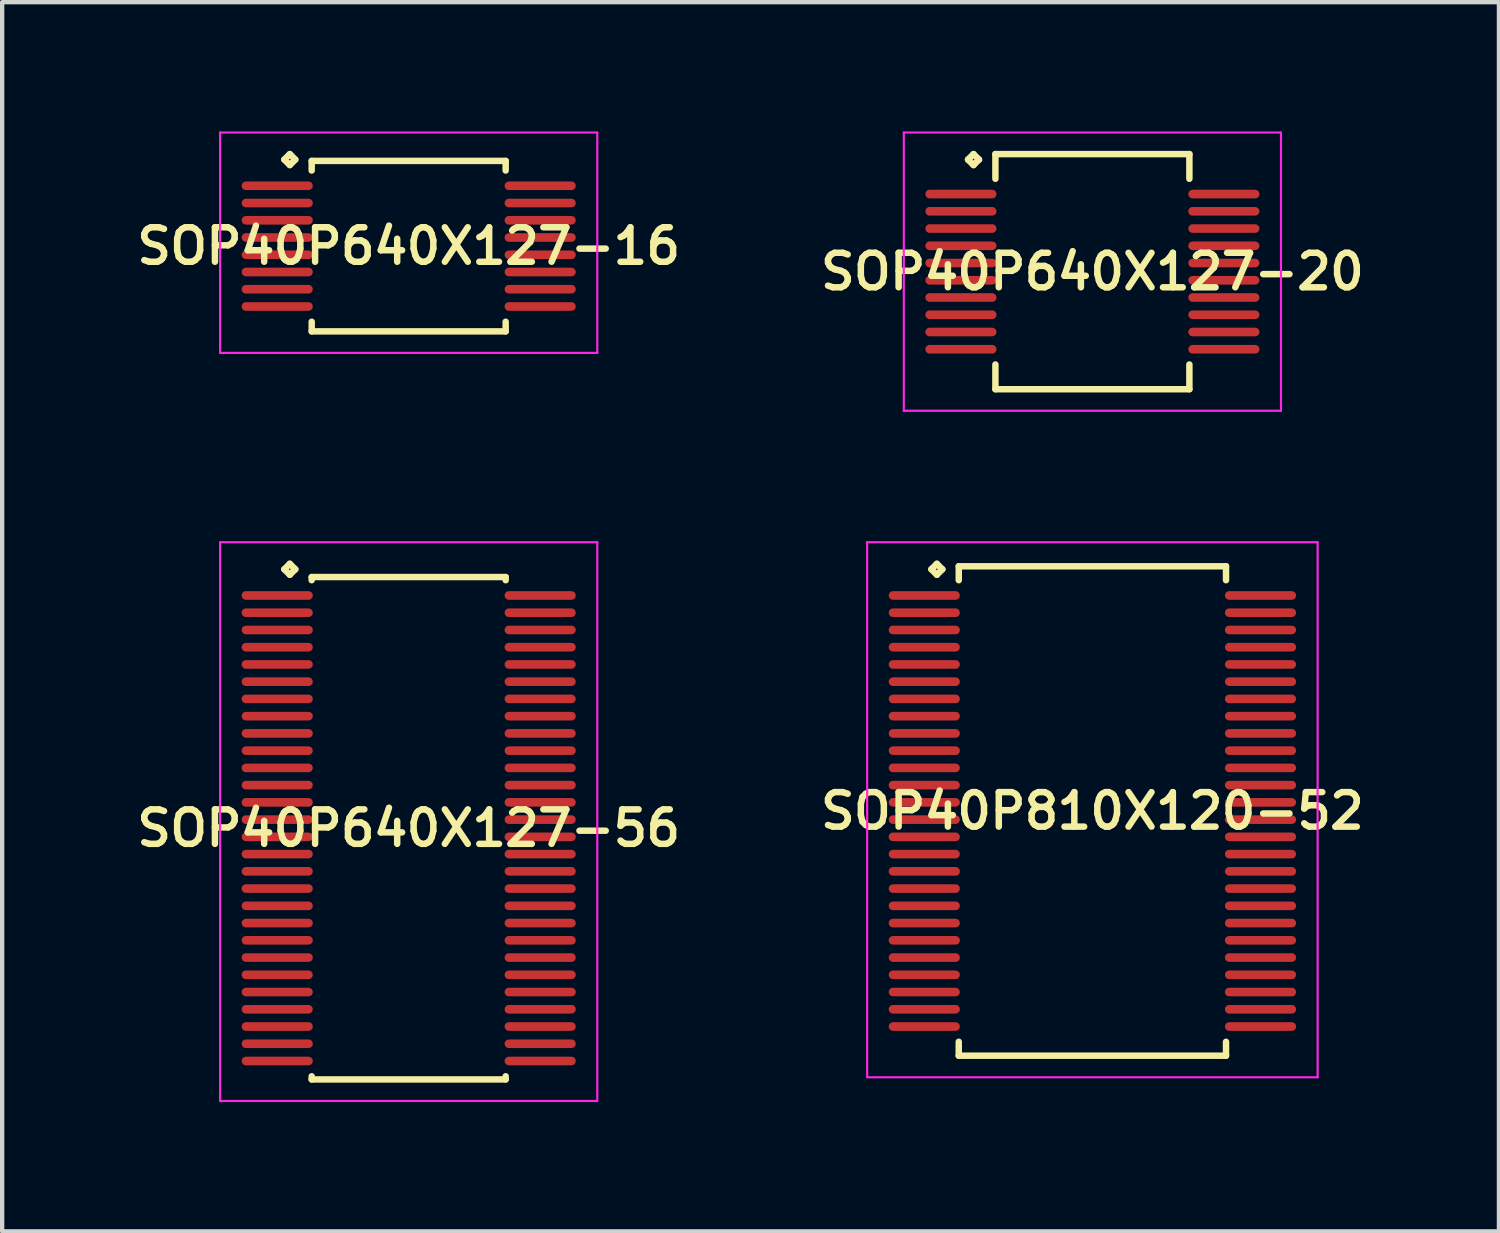
<source format=kicad_pcb>
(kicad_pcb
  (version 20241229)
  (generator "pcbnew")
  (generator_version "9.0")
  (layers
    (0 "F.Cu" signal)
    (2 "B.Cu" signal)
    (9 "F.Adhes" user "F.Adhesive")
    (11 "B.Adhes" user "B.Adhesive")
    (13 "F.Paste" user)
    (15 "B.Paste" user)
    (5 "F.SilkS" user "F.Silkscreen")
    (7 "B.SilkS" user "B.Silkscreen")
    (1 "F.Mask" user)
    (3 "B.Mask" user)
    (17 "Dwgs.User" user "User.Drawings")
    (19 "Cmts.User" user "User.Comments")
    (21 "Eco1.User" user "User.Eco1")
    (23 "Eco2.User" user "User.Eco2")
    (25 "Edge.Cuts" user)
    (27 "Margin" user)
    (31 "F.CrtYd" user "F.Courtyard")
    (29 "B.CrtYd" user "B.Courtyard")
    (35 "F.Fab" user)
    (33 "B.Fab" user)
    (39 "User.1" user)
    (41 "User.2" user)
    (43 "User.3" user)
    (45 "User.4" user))
  (footprint "SOP40P810X120-52"
    (layer "F.Cu")
    (at 22.292 15.764)
    (property "Reference" "SOP40P810X120-52" (at 0 0 0) (layer "F.SilkS") (effects (font (size 0.8 0.8) (thickness 0.15))))
    (attr smd)
    (fp_line (start -3.735 -5.608) (end -3.608 -5.735) (stroke (width 0.15) (type solid)) (layer "F.SilkS"))
    (fp_line (start -3.608 -5.735) (end -3.481 -5.608) (stroke (width 0.15) (type solid)) (layer "F.SilkS"))
    (fp_line (start -3.608 -5.481) (end -3.735 -5.608) (stroke (width 0.15) (type solid)) (layer "F.SilkS"))
    (fp_line (start -3.481 -5.608) (end -3.608 -5.481) (stroke (width 0.15) (type solid)) (layer "F.SilkS"))
    (fp_line (start -3.1 -5.677) (end 3.1 -5.677) (stroke (width 0.15) (type solid)) (layer "F.SilkS"))
    (fp_line (start -3.1 -5.354) (end -3.1 -5.677) (stroke (width 0.15) (type solid)) (layer "F.SilkS"))
    (fp_line (start -3.1 5.354) (end -3.1 5.677) (stroke (width 0.15) (type solid)) (layer "F.SilkS"))
    (fp_line (start -3.1 5.677) (end 3.1 5.677) (stroke (width 0.15) (type solid)) (layer "F.SilkS"))
    (fp_line (start 3.1 -5.677) (end 3.1 -5.354) (stroke (width 0.15) (type solid)) (layer "F.SilkS"))
    (fp_line (start 3.1 5.677) (end 3.1 5.354) (stroke (width 0.15) (type solid)) (layer "F.SilkS"))
    (fp_line (start -5.225 -6.235) (end 5.225 -6.235) (stroke (width 0.05) (type solid)) (layer "F.CrtYd"))
    (fp_line (start -5.225 6.177) (end -5.225 -6.235) (stroke (width 0.05) (type solid)) (layer "F.CrtYd"))
    (fp_line (start 5.225 -6.235) (end 5.225 6.177) (stroke (width 0.05) (type solid)) (layer "F.CrtYd"))
    (fp_line (start 5.225 6.177) (end -5.225 6.177) (stroke (width 0.05) (type solid)) (layer "F.CrtYd"))
    (pad "1" smd oval (at -3.9 -5) (size 1.65 0.2) (layers "F.Cu" "F.Mask" "F.Paste"))
    (pad "2" smd oval (at -3.9 -4.6) (size 1.65 0.2) (layers "F.Cu" "F.Mask" "F.Paste"))
    (pad "3" smd oval (at -3.9 -4.2) (size 1.65 0.2) (layers "F.Cu" "F.Mask" "F.Paste"))
    (pad "4" smd oval (at -3.9 -3.8) (size 1.65 0.2) (layers "F.Cu" "F.Mask" "F.Paste"))
    (pad "5" smd oval (at -3.9 -3.4) (size 1.65 0.2) (layers "F.Cu" "F.Mask" "F.Paste"))
    (pad "6" smd oval (at -3.9 -3) (size 1.65 0.2) (layers "F.Cu" "F.Mask" "F.Paste"))
    (pad "7" smd oval (at -3.9 -2.6) (size 1.65 0.2) (layers "F.Cu" "F.Mask" "F.Paste"))
    (pad "8" smd oval (at -3.9 -2.2) (size 1.65 0.2) (layers "F.Cu" "F.Mask" "F.Paste"))
    (pad "9" smd oval (at -3.9 -1.8) (size 1.65 0.2) (layers "F.Cu" "F.Mask" "F.Paste"))
    (pad "10" smd oval (at -3.9 -1.4) (size 1.65 0.2) (layers "F.Cu" "F.Mask" "F.Paste"))
    (pad "11" smd oval (at -3.9 -1) (size 1.65 0.2) (layers "F.Cu" "F.Mask" "F.Paste"))
    (pad "12" smd oval (at -3.9 -0.6) (size 1.65 0.2) (layers "F.Cu" "F.Mask" "F.Paste"))
    (pad "13" smd oval (at -3.9 -0.2) (size 1.65 0.2) (layers "F.Cu" "F.Mask" "F.Paste"))
    (pad "14" smd oval (at -3.9 0.2) (size 1.65 0.2) (layers "F.Cu" "F.Mask" "F.Paste"))
    (pad "15" smd oval (at -3.9 0.6) (size 1.65 0.2) (layers "F.Cu" "F.Mask" "F.Paste"))
    (pad "16" smd oval (at -3.9 1) (size 1.65 0.2) (layers "F.Cu" "F.Mask" "F.Paste"))
    (pad "17" smd oval (at -3.9 1.4) (size 1.65 0.2) (layers "F.Cu" "F.Mask" "F.Paste"))
    (pad "18" smd oval (at -3.9 1.8) (size 1.65 0.2) (layers "F.Cu" "F.Mask" "F.Paste"))
    (pad "19" smd oval (at -3.9 2.2) (size 1.65 0.2) (layers "F.Cu" "F.Mask" "F.Paste"))
    (pad "20" smd oval (at -3.9 2.6) (size 1.65 0.2) (layers "F.Cu" "F.Mask" "F.Paste"))
    (pad "21" smd oval (at -3.9 3) (size 1.65 0.2) (layers "F.Cu" "F.Mask" "F.Paste"))
    (pad "22" smd oval (at -3.9 3.4) (size 1.65 0.2) (layers "F.Cu" "F.Mask" "F.Paste"))
    (pad "23" smd oval (at -3.9 3.8) (size 1.65 0.2) (layers "F.Cu" "F.Mask" "F.Paste"))
    (pad "24" smd oval (at -3.9 4.2) (size 1.65 0.2) (layers "F.Cu" "F.Mask" "F.Paste"))
    (pad "25" smd oval (at -3.9 4.6) (size 1.65 0.2) (layers "F.Cu" "F.Mask" "F.Paste"))
    (pad "26" smd oval (at -3.9 5) (size 1.65 0.2) (layers "F.Cu" "F.Mask" "F.Paste"))
    (pad "27" smd oval (at 3.9 5) (size 1.65 0.2) (layers "F.Cu" "F.Mask" "F.Paste"))
    (pad "28" smd oval (at 3.9 4.6) (size 1.65 0.2) (layers "F.Cu" "F.Mask" "F.Paste"))
    (pad "29" smd oval (at 3.9 4.2) (size 1.65 0.2) (layers "F.Cu" "F.Mask" "F.Paste"))
    (pad "30" smd oval (at 3.9 3.8) (size 1.65 0.2) (layers "F.Cu" "F.Mask" "F.Paste"))
    (pad "31" smd oval (at 3.9 3.4) (size 1.65 0.2) (layers "F.Cu" "F.Mask" "F.Paste"))
    (pad "32" smd oval (at 3.9 3) (size 1.65 0.2) (layers "F.Cu" "F.Mask" "F.Paste"))
    (pad "33" smd oval (at 3.9 2.6) (size 1.65 0.2) (layers "F.Cu" "F.Mask" "F.Paste"))
    (pad "34" smd oval (at 3.9 2.2) (size 1.65 0.2) (layers "F.Cu" "F.Mask" "F.Paste"))
    (pad "35" smd oval (at 3.9 1.8) (size 1.65 0.2) (layers "F.Cu" "F.Mask" "F.Paste"))
    (pad "36" smd oval (at 3.9 1.4) (size 1.65 0.2) (layers "F.Cu" "F.Mask" "F.Paste"))
    (pad "37" smd oval (at 3.9 1) (size 1.65 0.2) (layers "F.Cu" "F.Mask" "F.Paste"))
    (pad "38" smd oval (at 3.9 0.6) (size 1.65 0.2) (layers "F.Cu" "F.Mask" "F.Paste"))
    (pad "39" smd oval (at 3.9 0.2) (size 1.65 0.2) (layers "F.Cu" "F.Mask" "F.Paste"))
    (pad "40" smd oval (at 3.9 -0.2) (size 1.65 0.2) (layers "F.Cu" "F.Mask" "F.Paste"))
    (pad "41" smd oval (at 3.9 -0.6) (size 1.65 0.2) (layers "F.Cu" "F.Mask" "F.Paste"))
    (pad "42" smd oval (at 3.9 -1) (size 1.65 0.2) (layers "F.Cu" "F.Mask" "F.Paste"))
    (pad "43" smd oval (at 3.9 -1.4) (size 1.65 0.2) (layers "F.Cu" "F.Mask" "F.Paste"))
    (pad "44" smd oval (at 3.9 -1.8) (size 1.65 0.2) (layers "F.Cu" "F.Mask" "F.Paste"))
    (pad "45" smd oval (at 3.9 -2.2) (size 1.65 0.2) (layers "F.Cu" "F.Mask" "F.Paste"))
    (pad "46" smd oval (at 3.9 -2.6) (size 1.65 0.2) (layers "F.Cu" "F.Mask" "F.Paste"))
    (pad "47" smd oval (at 3.9 -3) (size 1.65 0.2) (layers "F.Cu" "F.Mask" "F.Paste"))
    (pad "48" smd oval (at 3.9 -3.4) (size 1.65 0.2) (layers "F.Cu" "F.Mask" "F.Paste"))
    (pad "49" smd oval (at 3.9 -3.8) (size 1.65 0.2) (layers "F.Cu" "F.Mask" "F.Paste"))
    (pad "50" smd oval (at 3.9 -4.2) (size 1.65 0.2) (layers "F.Cu" "F.Mask" "F.Paste"))
    (pad "51" smd oval (at 3.9 -4.6) (size 1.65 0.2) (layers "F.Cu" "F.Mask" "F.Paste"))
    (pad "52" smd oval (at 3.9 -5) (size 1.65 0.2) (layers "F.Cu" "F.Mask" "F.Paste")))
  (footprint "SOP40P640X127-20"
    (layer "F.Cu")
    (at 22.292 3.252)
    (property "Reference" "SOP40P640X127-20" (at 0 0 0) (layer "F.SilkS") (effects (font (size 0.8 0.8) (thickness 0.15))))
    (attr smd)
    (fp_line (start -2.885 -2.6) (end -2.758 -2.727) (stroke (width 0.15) (type solid)) (layer "F.SilkS"))
    (fp_line (start -2.758 -2.727) (end -2.631 -2.6) (stroke (width 0.15) (type solid)) (layer "F.SilkS"))
    (fp_line (start -2.758 -2.473) (end -2.885 -2.6) (stroke (width 0.15) (type solid)) (layer "F.SilkS"))
    (fp_line (start -2.631 -2.6) (end -2.758 -2.473) (stroke (width 0.15) (type solid)) (layer "F.SilkS"))
    (fp_line (start -2.25 -2.727) (end 2.25 -2.727) (stroke (width 0.15) (type solid)) (layer "F.SilkS"))
    (fp_line (start -2.25 -2.154) (end -2.25 -2.727) (stroke (width 0.15) (type solid)) (layer "F.SilkS"))
    (fp_line (start -2.25 2.154) (end -2.25 2.727) (stroke (width 0.15) (type solid)) (layer "F.SilkS"))
    (fp_line (start -2.25 2.727) (end 2.25 2.727) (stroke (width 0.15) (type solid)) (layer "F.SilkS"))
    (fp_line (start 2.25 -2.727) (end 2.25 -2.154) (stroke (width 0.15) (type solid)) (layer "F.SilkS"))
    (fp_line (start 2.25 2.727) (end 2.25 2.154) (stroke (width 0.15) (type solid)) (layer "F.SilkS"))
    (fp_line (start -4.375 -3.227) (end 4.375 -3.227) (stroke (width 0.05) (type solid)) (layer "F.CrtYd"))
    (fp_line (start -4.375 3.227) (end -4.375 -3.227) (stroke (width 0.05) (type solid)) (layer "F.CrtYd"))
    (fp_line (start 4.375 -3.227) (end 4.375 3.227) (stroke (width 0.05) (type solid)) (layer "F.CrtYd"))
    (fp_line (start 4.375 3.227) (end -4.375 3.227) (stroke (width 0.05) (type solid)) (layer "F.CrtYd"))
    (pad "1" smd oval (at -3.05 -1.8) (size 1.65 0.2) (layers "F.Cu" "F.Mask" "F.Paste"))
    (pad "2" smd oval (at -3.05 -1.4) (size 1.65 0.2) (layers "F.Cu" "F.Mask" "F.Paste"))
    (pad "3" smd oval (at -3.05 -1) (size 1.65 0.2) (layers "F.Cu" "F.Mask" "F.Paste"))
    (pad "4" smd oval (at -3.05 -0.6) (size 1.65 0.2) (layers "F.Cu" "F.Mask" "F.Paste"))
    (pad "5" smd oval (at -3.05 -0.2) (size 1.65 0.2) (layers "F.Cu" "F.Mask" "F.Paste"))
    (pad "6" smd oval (at -3.05 0.2) (size 1.65 0.2) (layers "F.Cu" "F.Mask" "F.Paste"))
    (pad "7" smd oval (at -3.05 0.6) (size 1.65 0.2) (layers "F.Cu" "F.Mask" "F.Paste"))
    (pad "8" smd oval (at -3.05 1) (size 1.65 0.2) (layers "F.Cu" "F.Mask" "F.Paste"))
    (pad "9" smd oval (at -3.05 1.4) (size 1.65 0.2) (layers "F.Cu" "F.Mask" "F.Paste"))
    (pad "10" smd oval (at -3.05 1.8) (size 1.65 0.2) (layers "F.Cu" "F.Mask" "F.Paste"))
    (pad "11" smd oval (at 3.05 1.8) (size 1.65 0.2) (layers "F.Cu" "F.Mask" "F.Paste"))
    (pad "12" smd oval (at 3.05 1.4) (size 1.65 0.2) (layers "F.Cu" "F.Mask" "F.Paste"))
    (pad "13" smd oval (at 3.05 1) (size 1.65 0.2) (layers "F.Cu" "F.Mask" "F.Paste"))
    (pad "14" smd oval (at 3.05 0.6) (size 1.65 0.2) (layers "F.Cu" "F.Mask" "F.Paste"))
    (pad "15" smd oval (at 3.05 0.2) (size 1.65 0.2) (layers "F.Cu" "F.Mask" "F.Paste"))
    (pad "16" smd oval (at 3.05 -0.2) (size 1.65 0.2) (layers "F.Cu" "F.Mask" "F.Paste"))
    (pad "17" smd oval (at 3.05 -0.6) (size 1.65 0.2) (layers "F.Cu" "F.Mask" "F.Paste"))
    (pad "18" smd oval (at 3.05 -1) (size 1.65 0.2) (layers "F.Cu" "F.Mask" "F.Paste"))
    (pad "19" smd oval (at 3.05 -1.4) (size 1.65 0.2) (layers "F.Cu" "F.Mask" "F.Paste"))
    (pad "20" smd oval (at 3.05 -1.8) (size 1.65 0.2) (layers "F.Cu" "F.Mask" "F.Paste")))
  (footprint "SOP40P640X127-56"
    (layer "F.Cu")
    (at 6.431 16.164)
    (property "Reference" "SOP40P640X127-56" (at 0 0 0) (layer "F.SilkS") (effects (font (size 0.8 0.8) (thickness 0.15))))
    (attr smd)
    (fp_line (start -2.885 -6.008) (end -2.758 -6.135) (stroke (width 0.15) (type solid)) (layer "F.SilkS"))
    (fp_line (start -2.758 -6.135) (end -2.631 -6.008) (stroke (width 0.15) (type solid)) (layer "F.SilkS"))
    (fp_line (start -2.758 -5.881) (end -2.885 -6.008) (stroke (width 0.15) (type solid)) (layer "F.SilkS"))
    (fp_line (start -2.631 -6.008) (end -2.758 -5.881) (stroke (width 0.15) (type solid)) (layer "F.SilkS"))
    (fp_line (start -2.25 -5.827) (end 2.25 -5.827) (stroke (width 0.15) (type solid)) (layer "F.SilkS"))
    (fp_line (start -2.25 -5.754) (end -2.25 -5.827) (stroke (width 0.15) (type solid)) (layer "F.SilkS"))
    (fp_line (start -2.25 5.754) (end -2.25 5.827) (stroke (width 0.15) (type solid)) (layer "F.SilkS"))
    (fp_line (start -2.25 5.827) (end 2.25 5.827) (stroke (width 0.15) (type solid)) (layer "F.SilkS"))
    (fp_line (start 2.25 -5.827) (end 2.25 -5.754) (stroke (width 0.15) (type solid)) (layer "F.SilkS"))
    (fp_line (start 2.25 5.827) (end 2.25 5.754) (stroke (width 0.15) (type solid)) (layer "F.SilkS"))
    (fp_line (start -4.375 -6.635) (end 4.375 -6.635) (stroke (width 0.05) (type solid)) (layer "F.CrtYd"))
    (fp_line (start -4.375 6.327) (end -4.375 -6.635) (stroke (width 0.05) (type solid)) (layer "F.CrtYd"))
    (fp_line (start 4.375 -6.635) (end 4.375 6.327) (stroke (width 0.05) (type solid)) (layer "F.CrtYd"))
    (fp_line (start 4.375 6.327) (end -4.375 6.327) (stroke (width 0.05) (type solid)) (layer "F.CrtYd"))
    (pad "1" smd oval (at -3.05 -5.4) (size 1.65 0.2) (layers "F.Cu" "F.Mask" "F.Paste"))
    (pad "2" smd oval (at -3.05 -5) (size 1.65 0.2) (layers "F.Cu" "F.Mask" "F.Paste"))
    (pad "3" smd oval (at -3.05 -4.6) (size 1.65 0.2) (layers "F.Cu" "F.Mask" "F.Paste"))
    (pad "4" smd oval (at -3.05 -4.2) (size 1.65 0.2) (layers "F.Cu" "F.Mask" "F.Paste"))
    (pad "5" smd oval (at -3.05 -3.8) (size 1.65 0.2) (layers "F.Cu" "F.Mask" "F.Paste"))
    (pad "6" smd oval (at -3.05 -3.4) (size 1.65 0.2) (layers "F.Cu" "F.Mask" "F.Paste"))
    (pad "7" smd oval (at -3.05 -3) (size 1.65 0.2) (layers "F.Cu" "F.Mask" "F.Paste"))
    (pad "8" smd oval (at -3.05 -2.6) (size 1.65 0.2) (layers "F.Cu" "F.Mask" "F.Paste"))
    (pad "9" smd oval (at -3.05 -2.2) (size 1.65 0.2) (layers "F.Cu" "F.Mask" "F.Paste"))
    (pad "10" smd oval (at -3.05 -1.8) (size 1.65 0.2) (layers "F.Cu" "F.Mask" "F.Paste"))
    (pad "11" smd oval (at -3.05 -1.4) (size 1.65 0.2) (layers "F.Cu" "F.Mask" "F.Paste"))
    (pad "12" smd oval (at -3.05 -1) (size 1.65 0.2) (layers "F.Cu" "F.Mask" "F.Paste"))
    (pad "13" smd oval (at -3.05 -0.6) (size 1.65 0.2) (layers "F.Cu" "F.Mask" "F.Paste"))
    (pad "14" smd oval (at -3.05 -0.2) (size 1.65 0.2) (layers "F.Cu" "F.Mask" "F.Paste"))
    (pad "15" smd oval (at -3.05 0.2) (size 1.65 0.2) (layers "F.Cu" "F.Mask" "F.Paste"))
    (pad "16" smd oval (at -3.05 0.6) (size 1.65 0.2) (layers "F.Cu" "F.Mask" "F.Paste"))
    (pad "17" smd oval (at -3.05 1) (size 1.65 0.2) (layers "F.Cu" "F.Mask" "F.Paste"))
    (pad "18" smd oval (at -3.05 1.4) (size 1.65 0.2) (layers "F.Cu" "F.Mask" "F.Paste"))
    (pad "19" smd oval (at -3.05 1.8) (size 1.65 0.2) (layers "F.Cu" "F.Mask" "F.Paste"))
    (pad "20" smd oval (at -3.05 2.2) (size 1.65 0.2) (layers "F.Cu" "F.Mask" "F.Paste"))
    (pad "21" smd oval (at -3.05 2.6) (size 1.65 0.2) (layers "F.Cu" "F.Mask" "F.Paste"))
    (pad "22" smd oval (at -3.05 3) (size 1.65 0.2) (layers "F.Cu" "F.Mask" "F.Paste"))
    (pad "23" smd oval (at -3.05 3.4) (size 1.65 0.2) (layers "F.Cu" "F.Mask" "F.Paste"))
    (pad "24" smd oval (at -3.05 3.8) (size 1.65 0.2) (layers "F.Cu" "F.Mask" "F.Paste"))
    (pad "25" smd oval (at -3.05 4.2) (size 1.65 0.2) (layers "F.Cu" "F.Mask" "F.Paste"))
    (pad "26" smd oval (at -3.05 4.6) (size 1.65 0.2) (layers "F.Cu" "F.Mask" "F.Paste"))
    (pad "27" smd oval (at -3.05 5) (size 1.65 0.2) (layers "F.Cu" "F.Mask" "F.Paste"))
    (pad "28" smd oval (at -3.05 5.4) (size 1.65 0.2) (layers "F.Cu" "F.Mask" "F.Paste"))
    (pad "29" smd oval (at 3.05 5.4) (size 1.65 0.2) (layers "F.Cu" "F.Mask" "F.Paste"))
    (pad "30" smd oval (at 3.05 5) (size 1.65 0.2) (layers "F.Cu" "F.Mask" "F.Paste"))
    (pad "31" smd oval (at 3.05 4.6) (size 1.65 0.2) (layers "F.Cu" "F.Mask" "F.Paste"))
    (pad "32" smd oval (at 3.05 4.2) (size 1.65 0.2) (layers "F.Cu" "F.Mask" "F.Paste"))
    (pad "33" smd oval (at 3.05 3.8) (size 1.65 0.2) (layers "F.Cu" "F.Mask" "F.Paste"))
    (pad "34" smd oval (at 3.05 3.4) (size 1.65 0.2) (layers "F.Cu" "F.Mask" "F.Paste"))
    (pad "35" smd oval (at 3.05 3) (size 1.65 0.2) (layers "F.Cu" "F.Mask" "F.Paste"))
    (pad "36" smd oval (at 3.05 2.6) (size 1.65 0.2) (layers "F.Cu" "F.Mask" "F.Paste"))
    (pad "37" smd oval (at 3.05 2.2) (size 1.65 0.2) (layers "F.Cu" "F.Mask" "F.Paste"))
    (pad "38" smd oval (at 3.05 1.8) (size 1.65 0.2) (layers "F.Cu" "F.Mask" "F.Paste"))
    (pad "39" smd oval (at 3.05 1.4) (size 1.65 0.2) (layers "F.Cu" "F.Mask" "F.Paste"))
    (pad "40" smd oval (at 3.05 1) (size 1.65 0.2) (layers "F.Cu" "F.Mask" "F.Paste"))
    (pad "41" smd oval (at 3.05 0.6) (size 1.65 0.2) (layers "F.Cu" "F.Mask" "F.Paste"))
    (pad "42" smd oval (at 3.05 0.2) (size 1.65 0.2) (layers "F.Cu" "F.Mask" "F.Paste"))
    (pad "43" smd oval (at 3.05 -0.2) (size 1.65 0.2) (layers "F.Cu" "F.Mask" "F.Paste"))
    (pad "44" smd oval (at 3.05 -0.6) (size 1.65 0.2) (layers "F.Cu" "F.Mask" "F.Paste"))
    (pad "45" smd oval (at 3.05 -1) (size 1.65 0.2) (layers "F.Cu" "F.Mask" "F.Paste"))
    (pad "46" smd oval (at 3.05 -1.4) (size 1.65 0.2) (layers "F.Cu" "F.Mask" "F.Paste"))
    (pad "47" smd oval (at 3.05 -1.8) (size 1.65 0.2) (layers "F.Cu" "F.Mask" "F.Paste"))
    (pad "48" smd oval (at 3.05 -2.2) (size 1.65 0.2) (layers "F.Cu" "F.Mask" "F.Paste"))
    (pad "49" smd oval (at 3.05 -2.6) (size 1.65 0.2) (layers "F.Cu" "F.Mask" "F.Paste"))
    (pad "50" smd oval (at 3.05 -3) (size 1.65 0.2) (layers "F.Cu" "F.Mask" "F.Paste"))
    (pad "51" smd oval (at 3.05 -3.4) (size 1.65 0.2) (layers "F.Cu" "F.Mask" "F.Paste"))
    (pad "52" smd oval (at 3.05 -3.8) (size 1.65 0.2) (layers "F.Cu" "F.Mask" "F.Paste"))
    (pad "53" smd oval (at 3.05 -4.2) (size 1.65 0.2) (layers "F.Cu" "F.Mask" "F.Paste"))
    (pad "54" smd oval (at 3.05 -4.6) (size 1.65 0.2) (layers "F.Cu" "F.Mask" "F.Paste"))
    (pad "55" smd oval (at 3.05 -5) (size 1.65 0.2) (layers "F.Cu" "F.Mask" "F.Paste"))
    (pad "56" smd oval (at 3.05 -5.4) (size 1.65 0.2) (layers "F.Cu" "F.Mask" "F.Paste")))
  (footprint "SOP40P640X127-16"
    (layer "F.Cu")
    (at 6.431 2.66)
    (property "Reference" "SOP40P640X127-16" (at 0 0 0) (layer "F.SilkS") (effects (font (size 0.8 0.8) (thickness 0.15))))
    (attr smd)
    (fp_line (start -2.885 -2.008) (end -2.758 -2.135) (stroke (width 0.15) (type solid)) (layer "F.SilkS"))
    (fp_line (start -2.758 -2.135) (end -2.631 -2.008) (stroke (width 0.15) (type solid)) (layer "F.SilkS"))
    (fp_line (start -2.758 -1.881) (end -2.885 -2.008) (stroke (width 0.15) (type solid)) (layer "F.SilkS"))
    (fp_line (start -2.631 -2.008) (end -2.758 -1.881) (stroke (width 0.15) (type solid)) (layer "F.SilkS"))
    (fp_line (start -2.25 -1.977) (end 2.25 -1.977) (stroke (width 0.15) (type solid)) (layer "F.SilkS"))
    (fp_line (start -2.25 -1.754) (end -2.25 -1.977) (stroke (width 0.15) (type solid)) (layer "F.SilkS"))
    (fp_line (start -2.25 1.754) (end -2.25 1.977) (stroke (width 0.15) (type solid)) (layer "F.SilkS"))
    (fp_line (start -2.25 1.977) (end 2.25 1.977) (stroke (width 0.15) (type solid)) (layer "F.SilkS"))
    (fp_line (start 2.25 -1.977) (end 2.25 -1.754) (stroke (width 0.15) (type solid)) (layer "F.SilkS"))
    (fp_line (start 2.25 1.977) (end 2.25 1.754) (stroke (width 0.15) (type solid)) (layer "F.SilkS"))
    (fp_line (start -4.375 -2.635) (end 4.375 -2.635) (stroke (width 0.05) (type solid)) (layer "F.CrtYd"))
    (fp_line (start -4.375 2.477) (end -4.375 -2.635) (stroke (width 0.05) (type solid)) (layer "F.CrtYd"))
    (fp_line (start 4.375 -2.635) (end 4.375 2.477) (stroke (width 0.05) (type solid)) (layer "F.CrtYd"))
    (fp_line (start 4.375 2.477) (end -4.375 2.477) (stroke (width 0.05) (type solid)) (layer "F.CrtYd"))
    (pad "1" smd oval (at -3.05 -1.4) (size 1.65 0.2) (layers "F.Cu" "F.Mask" "F.Paste"))
    (pad "2" smd oval (at -3.05 -1) (size 1.65 0.2) (layers "F.Cu" "F.Mask" "F.Paste"))
    (pad "3" smd oval (at -3.05 -0.6) (size 1.65 0.2) (layers "F.Cu" "F.Mask" "F.Paste"))
    (pad "4" smd oval (at -3.05 -0.2) (size 1.65 0.2) (layers "F.Cu" "F.Mask" "F.Paste"))
    (pad "5" smd oval (at -3.05 0.2) (size 1.65 0.2) (layers "F.Cu" "F.Mask" "F.Paste"))
    (pad "6" smd oval (at -3.05 0.6) (size 1.65 0.2) (layers "F.Cu" "F.Mask" "F.Paste"))
    (pad "7" smd oval (at -3.05 1) (size 1.65 0.2) (layers "F.Cu" "F.Mask" "F.Paste"))
    (pad "8" smd oval (at -3.05 1.4) (size 1.65 0.2) (layers "F.Cu" "F.Mask" "F.Paste"))
    (pad "9" smd oval (at 3.05 1.4) (size 1.65 0.2) (layers "F.Cu" "F.Mask" "F.Paste"))
    (pad "10" smd oval (at 3.05 1) (size 1.65 0.2) (layers "F.Cu" "F.Mask" "F.Paste"))
    (pad "11" smd oval (at 3.05 0.6) (size 1.65 0.2) (layers "F.Cu" "F.Mask" "F.Paste"))
    (pad "12" smd oval (at 3.05 0.2) (size 1.65 0.2) (layers "F.Cu" "F.Mask" "F.Paste"))
    (pad "13" smd oval (at 3.05 -0.2) (size 1.65 0.2) (layers "F.Cu" "F.Mask" "F.Paste"))
    (pad "14" smd oval (at 3.05 -0.6) (size 1.65 0.2) (layers "F.Cu" "F.Mask" "F.Paste"))
    (pad "15" smd oval (at 3.05 -1) (size 1.65 0.2) (layers "F.Cu" "F.Mask" "F.Paste"))
    (pad "16" smd oval (at 3.05 -1.4) (size 1.65 0.2) (layers "F.Cu" "F.Mask" "F.Paste")))
  (gr_rect
    (start -3 -3)
    (end 31.723 25.516)
    (stroke (width 0.1) (type default))
    (fill no)
    (layer "Edge.Cuts")))
</source>
